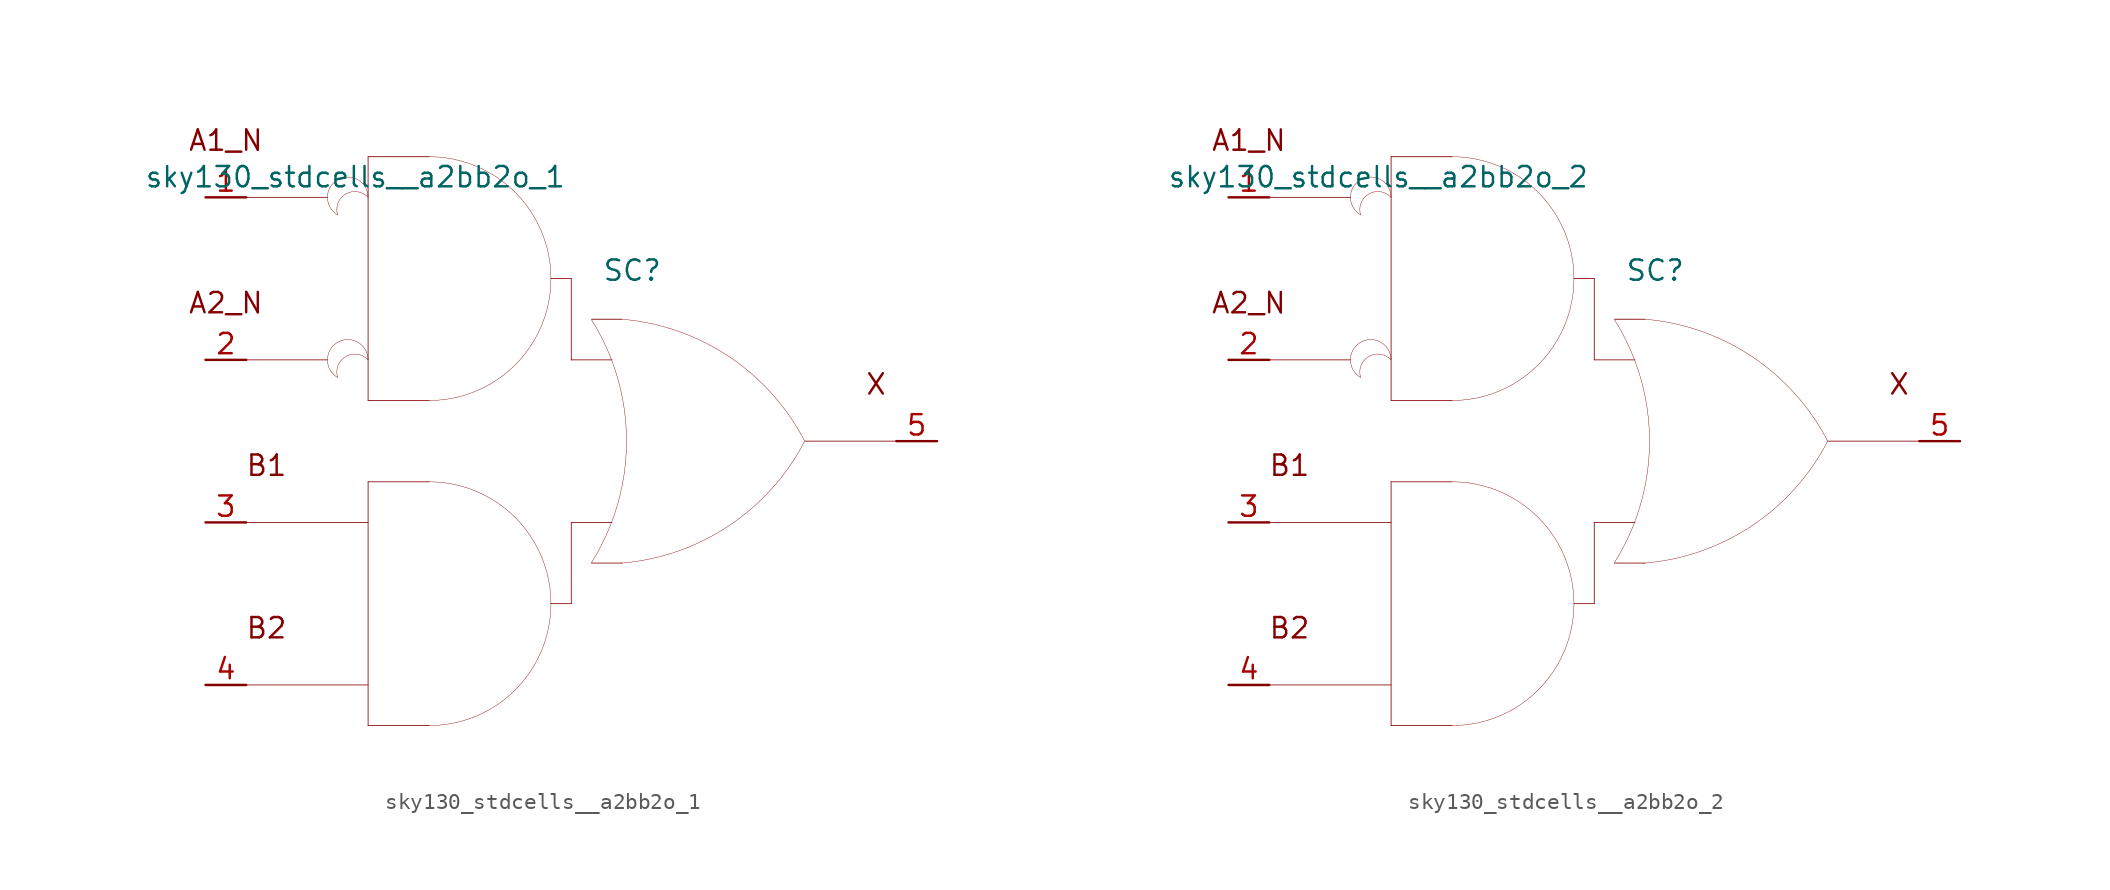
<source format=kicad_sym>
(kicad_symbol_lib
  (version 20211014)
  (generator kicad_symbol_editor)
  (symbol "sky130_stdcells__a2bb2o_1"
    (pin_names hide)
    (property "Reference" "SC"
      (at 3.81 10.668 0)
      (effects (font (size 1.27 1.27))))
    (property "Value" "sky130_stdcells__a2bb2o_1"
      (at -0.305 16.51 0)
      (effects (font (size 1.27 1.27)) (justify right)))
    (symbol "sky130_stdcells__a2bb2o_1_0_0"
      (arc (start -14.605 6.1799) (mid -15.24 5.08) (end -14.605 3.9801) (stroke (width 0.0254) (type default) (color 0 0 0 0)) (fill (type none)))
      (arc (start -14.605 16.3399) (mid -15.24 15.24) (end -14.605 14.1401) (stroke (width 0.0254) (type default) (color 0 0 0 0)) (fill (type none)))
      (arc (start -12.7 5.08) (mid -14.5569 5.5543) (end -14.605 3.9801) (stroke (width 0.0254) (type default) (color 0 0 0 0)) (fill (type none)))
      (arc (start -12.7 5.08) (mid -13.335 6.1798) (end -14.605 6.1799) (stroke (width 0.0254) (type default) (color 0 0 0 0)) (fill (type none)))
      (arc (start -12.7 15.24) (mid -14.5569 15.7143) (end -14.605 14.1401) (stroke (width 0.0254) (type default) (color 0 0 0 0)) (fill (type none)))
      (arc (start -12.7 15.24) (mid -13.335 16.3398) (end -14.605 16.3399) (stroke (width 0.0254) (type default) (color 0 0 0 0)) (fill (type none)))
      (arc (start -8.89 -17.78) (mid -6.9178 -17.5204) (end -5.08 -16.7591) (stroke (width 0.0254) (type default) (color 0 0 0 0)) (fill (type none)))
      (arc (start -8.89 2.54) (mid -6.9178 2.7996) (end -5.08 3.5609) (stroke (width 0.0254) (type default) (color 0 0 0 0)) (fill (type none)))
      (arc (start -5.08 -16.7591) (mid -3.5019 -15.5481) (end -2.2909 -13.97) (stroke (width 0.0254) (type default) (color 0 0 0 0)) (fill (type none)))
      (arc (start -5.08 -3.5609) (mid -6.9178 -2.7997) (end -8.89 -2.54) (stroke (width 0.0254) (type default) (color 0 0 0 0)) (fill (type none)))
      (arc (start -5.08 3.5609) (mid -3.5019 4.7719) (end -2.2909 6.35) (stroke (width 0.0254) (type default) (color 0 0 0 0)) (fill (type none)))
      (arc (start -5.08 16.7591) (mid -6.9178 17.5203) (end -8.89 17.78) (stroke (width 0.0254) (type default) (color 0 0 0 0)) (fill (type none)))
      (arc (start -2.2909 -13.97) (mid -1.5297 -12.1322) (end -1.27 -10.16) (stroke (width 0.0254) (type default) (color 0 0 0 0)) (fill (type none)))
      (arc (start -2.2909 -6.35) (mid -3.5019 -4.7719) (end -5.08 -3.5609) (stroke (width 0.0254) (type default) (color 0 0 0 0)) (fill (type none)))
      (arc (start -2.2909 6.35) (mid -1.5297 8.1878) (end -1.27 10.16) (stroke (width 0.0254) (type default) (color 0 0 0 0)) (fill (type none)))
      (arc (start -2.2909 13.97) (mid -3.5019 15.5481) (end -5.08 16.7591) (stroke (width 0.0254) (type default) (color 0 0 0 0)) (fill (type none)))
      (arc (start -1.27 -10.16) (mid -1.5296 -8.1878) (end -2.2909 -6.35) (stroke (width 0.0254) (type default) (color 0 0 0 0)) (fill (type none)))
      (arc (start -1.27 10.16) (mid -1.5296 12.1322) (end -2.2909 13.97) (stroke (width 0.0254) (type default) (color 0 0 0 0)) (fill (type none)))
      (polyline (pts (xy -20.32 -15.24) (xy -12.7 -15.24)) (stroke (width 0.051) (type default) (color 0 0 0 0)) (fill (type none)))
      (polyline (pts (xy -20.32 -5.08) (xy -12.7 -5.08)) (stroke (width 0.051) (type default) (color 0 0 0 0)) (fill (type none)))
      (polyline (pts (xy -20.32 5.08) (xy -15.24 5.08)) (stroke (width 0.051) (type default) (color 0 0 0 0)) (fill (type none)))
      (polyline (pts (xy -20.32 15.24) (xy -15.24 15.24)) (stroke (width 0.051) (type default) (color 0 0 0 0)) (fill (type none)))
      (polyline (pts (xy -12.7 -17.78) (xy -8.89 -17.78)) (stroke (width 0.051) (type default) (color 0 0 0 0)) (fill (type none)))
      (polyline (pts (xy -12.7 -2.54) (xy -12.7 -17.78)) (stroke (width 0.051) (type default) (color 0 0 0 0)) (fill (type none)))
      (polyline (pts (xy -12.7 -2.54) (xy -8.89 -2.54)) (stroke (width 0.051) (type default) (color 0 0 0 0)) (fill (type none)))
      (polyline (pts (xy -12.7 2.54) (xy -8.89 2.54)) (stroke (width 0.051) (type default) (color 0 0 0 0)) (fill (type none)))
      (polyline (pts (xy -12.7 17.78) (xy -12.7 2.54)) (stroke (width 0.051) (type default) (color 0 0 0 0)) (fill (type none)))
      (polyline (pts (xy -12.7 17.78) (xy -8.89 17.78)) (stroke (width 0.051) (type default) (color 0 0 0 0)) (fill (type none)))
      (polyline (pts (xy -1.27 -10.16) (xy 0 -10.16)) (stroke (width 0.051) (type default) (color 0 0 0 0)) (fill (type none)))
      (polyline (pts (xy -1.27 10.16) (xy 0 10.16)) (stroke (width 0.051) (type default) (color 0 0 0 0)) (fill (type none)))
      (polyline (pts (xy 0 -5.08) (xy 0 -10.16)) (stroke (width 0.051) (type default) (color 0 0 0 0)) (fill (type none)))
      (polyline (pts (xy 0 -5.08) (xy 2.54 -5.08)) (stroke (width 0.051) (type default) (color 0 0 0 0)) (fill (type none)))
      (polyline (pts (xy 0 5.08) (xy 2.54 5.08)) (stroke (width 0.051) (type default) (color 0 0 0 0)) (fill (type none)))
      (polyline (pts (xy 0 10.16) (xy 0 5.08)) (stroke (width 0.051) (type default) (color 0 0 0 0)) (fill (type none)))
      (polyline (pts (xy 1.27 -7.62) (xy 3.175 -7.62)) (stroke (width 0.051) (type default) (color 0 0 0 0)) (fill (type none)))
      (polyline (pts (xy 1.27 7.62) (xy 3.175 7.62)) (stroke (width 0.051) (type default) (color 0 0 0 0)) (fill (type none)))
      (polyline (pts (xy 14.605 0) (xy 20.32 0)) (stroke (width 0.051) (type default) (color 0 0 0 0)) (fill (type none)))
      (arc (start 1.2495 -7.6142) (mid 1.907 -6.458) (end 2.4538 -5.2456) (stroke (width 0.0254) (type default) (color 0 0 0 0)) (fill (type none)))
      (arc (start 2.4538 -5.2456) (mid 2.8887 -3.9755) (end 3.202 -2.6701) (stroke (width 0.0254) (type default) (color 0 0 0 0)) (fill (type none)))
      (arc (start 2.472 5.1993) (mid 1.9238 6.4248) (end 1.2627 7.5932) (stroke (width 0.0254) (type default) (color 0 0 0 0)) (fill (type none)))
      (arc (start 3.1446 -7.6231) (mid 9.8386 -5.2986) (end 14.5755 -0.0284) (stroke (width 0.0254) (type default) (color 0 0 0 0)) (fill (type none)))
      (arc (start 3.202 -2.6701) (mid 3.3912 -1.341) (end 3.4544 0) (stroke (width 0.0254) (type default) (color 0 0 0 0)) (fill (type none)))
      (arc (start 3.2066 2.6456) (mid 2.8989 3.9396) (end 2.472 5.1993) (stroke (width 0.0254) (type default) (color 0 0 0 0)) (fill (type none)))
      (arc (start 3.4544 0) (mid 3.3923 1.3286) (end 3.2066 2.6456) (stroke (width 0.0254) (type default) (color 0 0 0 0)) (fill (type none)))
      (arc (start 14.5983 -0.0156) (mid 9.8798 5.271) (end 3.194 7.6189) (stroke (width 0.0254) (type default) (color 0 0 0 0)) (fill (type none)))
      (text "A1_N" (at -21.59 18.796 0) (effects (font (size 1.27 1.27))))
      (text "A2_N" (at -21.59 8.636 0) (effects (font (size 1.27 1.27))))
      (text "B1" (at -19.05 -1.524 0) (effects (font (size 1.27 1.27))))
      (text "B2" (at -19.05 -11.684 0) (effects (font (size 1.27 1.27))))
      (text "X" (at 19.05 3.556 0) (effects (font (size 1.27 1.27)))))
    (symbol "sky130_stdcells__a2bb2o_1_1_1"
      (pin input line (at -22.86 15.24 0) (length 2.54) (name "A1_N" (effects (font (size 1.092 1.092)))) (number "1" (effects (font (size 1.27 1.27)))))
      (pin input line (at -22.86 5.08 0) (length 2.54) (name "A2_N" (effects (font (size 1.092 1.092)))) (number "2" (effects (font (size 1.27 1.27)))))
      (pin input line (at -22.86 -5.08 0) (length 2.54) (name "B1" (effects (font (size 1.092 1.092)))) (number "3" (effects (font (size 1.27 1.27)))))
      (pin input line (at -22.86 -15.24 0) (length 2.54) (name "B2" (effects (font (size 1.092 1.092)))) (number "4" (effects (font (size 1.27 1.27)))))
      (pin output line (at 22.86 0 180) (length 2.54) (name "X" (effects (font (size 1.092 1.092)))) (number "5" (effects (font (size 1.27 1.27)))))))
  (symbol "sky130_stdcells__a2bb2o_2"
    (pin_names hide)
    (property "Reference" "SC"
      (at 3.81 10.668 0)
      (effects (font (size 1.27 1.27))))
    (property "Value" "sky130_stdcells__a2bb2o_2"
      (at -0.305 16.51 0)
      (effects (font (size 1.27 1.27)) (justify right)))
    (symbol "sky130_stdcells__a2bb2o_2_0_0"
      (arc (start -14.605 6.1799) (mid -15.24 5.08) (end -14.605 3.9801) (stroke (width 0.0254) (type default) (color 0 0 0 0)) (fill (type none)))
      (arc (start -14.605 16.3399) (mid -15.24 15.24) (end -14.605 14.1401) (stroke (width 0.0254) (type default) (color 0 0 0 0)) (fill (type none)))
      (arc (start -12.7 5.08) (mid -14.5569 5.5543) (end -14.605 3.9801) (stroke (width 0.0254) (type default) (color 0 0 0 0)) (fill (type none)))
      (arc (start -12.7 5.08) (mid -13.335 6.1798) (end -14.605 6.1799) (stroke (width 0.0254) (type default) (color 0 0 0 0)) (fill (type none)))
      (arc (start -12.7 15.24) (mid -14.5569 15.7143) (end -14.605 14.1401) (stroke (width 0.0254) (type default) (color 0 0 0 0)) (fill (type none)))
      (arc (start -12.7 15.24) (mid -13.335 16.3398) (end -14.605 16.3399) (stroke (width 0.0254) (type default) (color 0 0 0 0)) (fill (type none)))
      (arc (start -8.89 -17.78) (mid -6.9178 -17.5204) (end -5.08 -16.7591) (stroke (width 0.0254) (type default) (color 0 0 0 0)) (fill (type none)))
      (arc (start -8.89 2.54) (mid -6.9178 2.7996) (end -5.08 3.5609) (stroke (width 0.0254) (type default) (color 0 0 0 0)) (fill (type none)))
      (arc (start -5.08 -16.7591) (mid -3.5019 -15.5481) (end -2.2909 -13.97) (stroke (width 0.0254) (type default) (color 0 0 0 0)) (fill (type none)))
      (arc (start -5.08 -3.5609) (mid -6.9178 -2.7997) (end -8.89 -2.54) (stroke (width 0.0254) (type default) (color 0 0 0 0)) (fill (type none)))
      (arc (start -5.08 3.5609) (mid -3.5019 4.7719) (end -2.2909 6.35) (stroke (width 0.0254) (type default) (color 0 0 0 0)) (fill (type none)))
      (arc (start -5.08 16.7591) (mid -6.9178 17.5203) (end -8.89 17.78) (stroke (width 0.0254) (type default) (color 0 0 0 0)) (fill (type none)))
      (arc (start -2.2909 -13.97) (mid -1.5297 -12.1322) (end -1.27 -10.16) (stroke (width 0.0254) (type default) (color 0 0 0 0)) (fill (type none)))
      (arc (start -2.2909 -6.35) (mid -3.5019 -4.7719) (end -5.08 -3.5609) (stroke (width 0.0254) (type default) (color 0 0 0 0)) (fill (type none)))
      (arc (start -2.2909 6.35) (mid -1.5297 8.1878) (end -1.27 10.16) (stroke (width 0.0254) (type default) (color 0 0 0 0)) (fill (type none)))
      (arc (start -2.2909 13.97) (mid -3.5019 15.5481) (end -5.08 16.7591) (stroke (width 0.0254) (type default) (color 0 0 0 0)) (fill (type none)))
      (arc (start -1.27 -10.16) (mid -1.5296 -8.1878) (end -2.2909 -6.35) (stroke (width 0.0254) (type default) (color 0 0 0 0)) (fill (type none)))
      (arc (start -1.27 10.16) (mid -1.5296 12.1322) (end -2.2909 13.97) (stroke (width 0.0254) (type default) (color 0 0 0 0)) (fill (type none)))
      (polyline (pts (xy -20.32 -15.24) (xy -12.7 -15.24)) (stroke (width 0.051) (type default) (color 0 0 0 0)) (fill (type none)))
      (polyline (pts (xy -20.32 -5.08) (xy -12.7 -5.08)) (stroke (width 0.051) (type default) (color 0 0 0 0)) (fill (type none)))
      (polyline (pts (xy -20.32 5.08) (xy -15.24 5.08)) (stroke (width 0.051) (type default) (color 0 0 0 0)) (fill (type none)))
      (polyline (pts (xy -20.32 15.24) (xy -15.24 15.24)) (stroke (width 0.051) (type default) (color 0 0 0 0)) (fill (type none)))
      (polyline (pts (xy -12.7 -17.78) (xy -8.89 -17.78)) (stroke (width 0.051) (type default) (color 0 0 0 0)) (fill (type none)))
      (polyline (pts (xy -12.7 -2.54) (xy -12.7 -17.78)) (stroke (width 0.051) (type default) (color 0 0 0 0)) (fill (type none)))
      (polyline (pts (xy -12.7 -2.54) (xy -8.89 -2.54)) (stroke (width 0.051) (type default) (color 0 0 0 0)) (fill (type none)))
      (polyline (pts (xy -12.7 2.54) (xy -8.89 2.54)) (stroke (width 0.051) (type default) (color 0 0 0 0)) (fill (type none)))
      (polyline (pts (xy -12.7 17.78) (xy -12.7 2.54)) (stroke (width 0.051) (type default) (color 0 0 0 0)) (fill (type none)))
      (polyline (pts (xy -12.7 17.78) (xy -8.89 17.78)) (stroke (width 0.051) (type default) (color 0 0 0 0)) (fill (type none)))
      (polyline (pts (xy -1.27 -10.16) (xy 0 -10.16)) (stroke (width 0.051) (type default) (color 0 0 0 0)) (fill (type none)))
      (polyline (pts (xy -1.27 10.16) (xy 0 10.16)) (stroke (width 0.051) (type default) (color 0 0 0 0)) (fill (type none)))
      (polyline (pts (xy 0 -5.08) (xy 0 -10.16)) (stroke (width 0.051) (type default) (color 0 0 0 0)) (fill (type none)))
      (polyline (pts (xy 0 -5.08) (xy 2.54 -5.08)) (stroke (width 0.051) (type default) (color 0 0 0 0)) (fill (type none)))
      (polyline (pts (xy 0 5.08) (xy 2.54 5.08)) (stroke (width 0.051) (type default) (color 0 0 0 0)) (fill (type none)))
      (polyline (pts (xy 0 10.16) (xy 0 5.08)) (stroke (width 0.051) (type default) (color 0 0 0 0)) (fill (type none)))
      (polyline (pts (xy 1.27 -7.62) (xy 3.175 -7.62)) (stroke (width 0.051) (type default) (color 0 0 0 0)) (fill (type none)))
      (polyline (pts (xy 1.27 7.62) (xy 3.175 7.62)) (stroke (width 0.051) (type default) (color 0 0 0 0)) (fill (type none)))
      (polyline (pts (xy 14.605 0) (xy 20.32 0)) (stroke (width 0.051) (type default) (color 0 0 0 0)) (fill (type none)))
      (arc (start 1.2495 -7.6142) (mid 1.907 -6.458) (end 2.4538 -5.2456) (stroke (width 0.0254) (type default) (color 0 0 0 0)) (fill (type none)))
      (arc (start 2.4538 -5.2456) (mid 2.8887 -3.9755) (end 3.202 -2.6701) (stroke (width 0.0254) (type default) (color 0 0 0 0)) (fill (type none)))
      (arc (start 2.472 5.1993) (mid 1.9238 6.4248) (end 1.2627 7.5932) (stroke (width 0.0254) (type default) (color 0 0 0 0)) (fill (type none)))
      (arc (start 3.1446 -7.6231) (mid 9.8386 -5.2986) (end 14.5755 -0.0284) (stroke (width 0.0254) (type default) (color 0 0 0 0)) (fill (type none)))
      (arc (start 3.202 -2.6701) (mid 3.3912 -1.341) (end 3.4544 0) (stroke (width 0.0254) (type default) (color 0 0 0 0)) (fill (type none)))
      (arc (start 3.2066 2.6456) (mid 2.8989 3.9396) (end 2.472 5.1993) (stroke (width 0.0254) (type default) (color 0 0 0 0)) (fill (type none)))
      (arc (start 3.4544 0) (mid 3.3923 1.3286) (end 3.2066 2.6456) (stroke (width 0.0254) (type default) (color 0 0 0 0)) (fill (type none)))
      (arc (start 14.5983 -0.0156) (mid 9.8798 5.271) (end 3.194 7.6189) (stroke (width 0.0254) (type default) (color 0 0 0 0)) (fill (type none)))
      (text "A1_N" (at -21.59 18.796 0) (effects (font (size 1.27 1.27))))
      (text "A2_N" (at -21.59 8.636 0) (effects (font (size 1.27 1.27))))
      (text "B1" (at -19.05 -1.524 0) (effects (font (size 1.27 1.27))))
      (text "B2" (at -19.05 -11.684 0) (effects (font (size 1.27 1.27))))
      (text "X" (at 19.05 3.556 0) (effects (font (size 1.27 1.27)))))
    (symbol "sky130_stdcells__a2bb2o_2_1_1"
      (pin input line (at -22.86 15.24 0) (length 2.54) (name "A1_N" (effects (font (size 1.092 1.092)))) (number "1" (effects (font (size 1.27 1.27)))))
      (pin input line (at -22.86 5.08 0) (length 2.54) (name "A2_N" (effects (font (size 1.092 1.092)))) (number "2" (effects (font (size 1.27 1.27)))))
      (pin input line (at -22.86 -5.08 0) (length 2.54) (name "B1" (effects (font (size 1.092 1.092)))) (number "3" (effects (font (size 1.27 1.27)))))
      (pin input line (at -22.86 -15.24 0) (length 2.54) (name "B2" (effects (font (size 1.092 1.092)))) (number "4" (effects (font (size 1.27 1.27)))))
      (pin output line (at 22.86 0 180) (length 2.54) (name "X" (effects (font (size 1.092 1.092)))) (number "5" (effects (font (size 1.27 1.27))))))))
</source>
